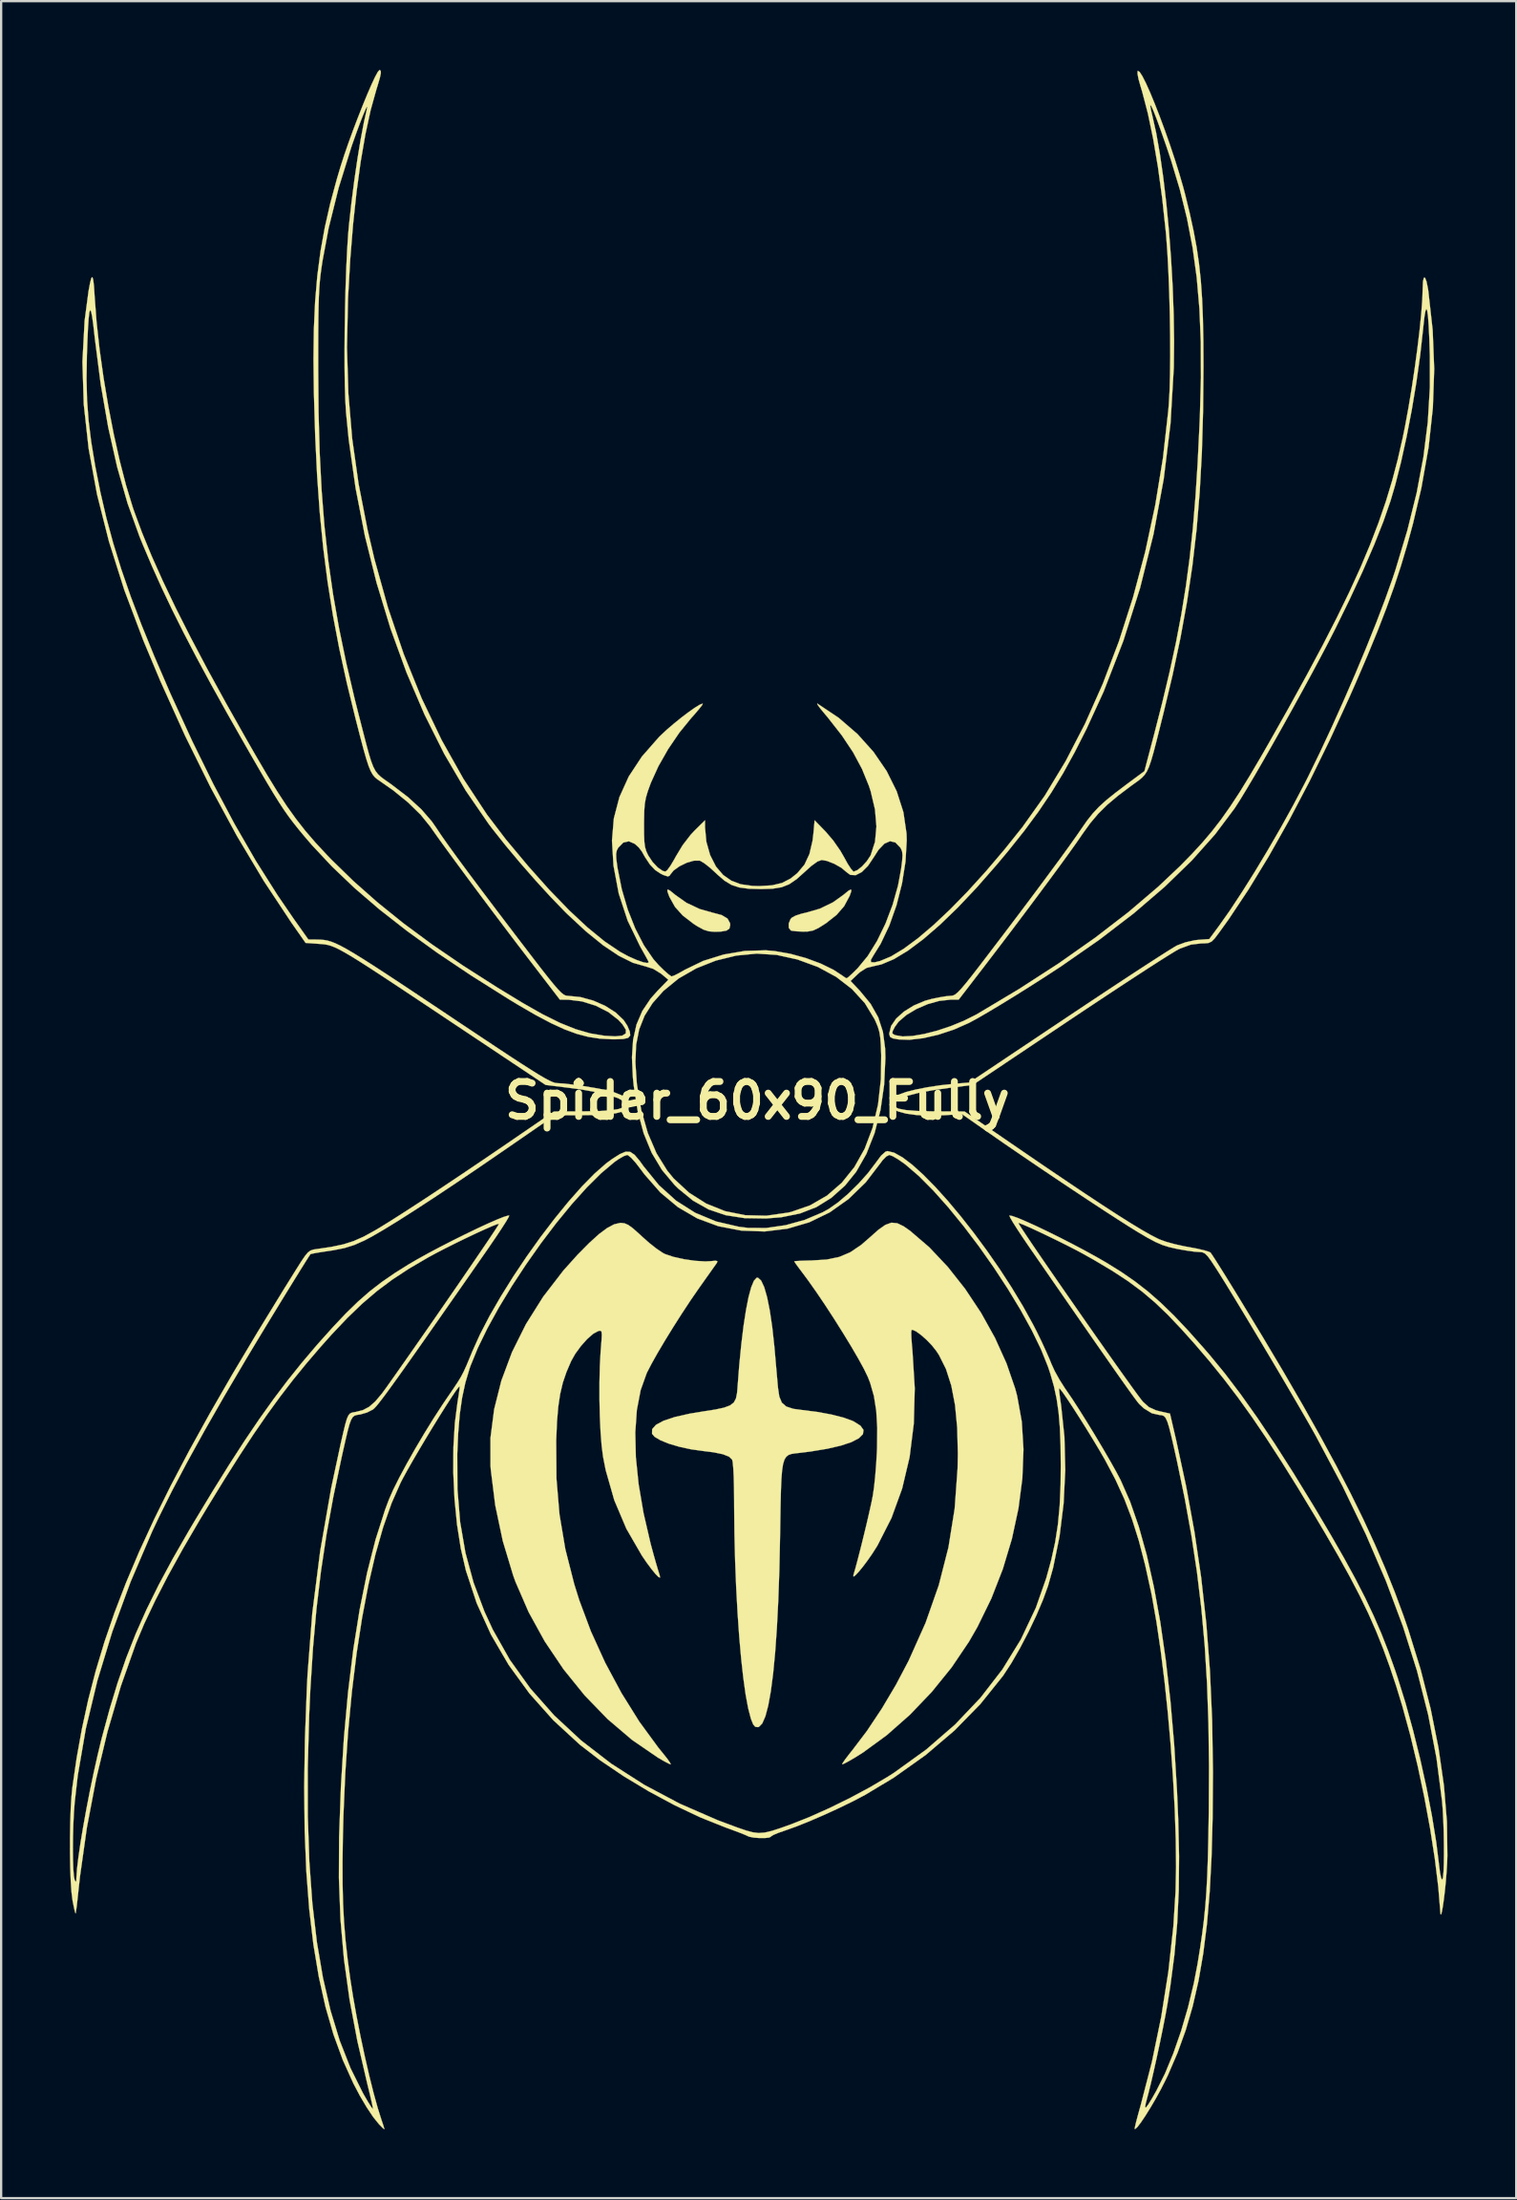
<source format=kicad_pcb>
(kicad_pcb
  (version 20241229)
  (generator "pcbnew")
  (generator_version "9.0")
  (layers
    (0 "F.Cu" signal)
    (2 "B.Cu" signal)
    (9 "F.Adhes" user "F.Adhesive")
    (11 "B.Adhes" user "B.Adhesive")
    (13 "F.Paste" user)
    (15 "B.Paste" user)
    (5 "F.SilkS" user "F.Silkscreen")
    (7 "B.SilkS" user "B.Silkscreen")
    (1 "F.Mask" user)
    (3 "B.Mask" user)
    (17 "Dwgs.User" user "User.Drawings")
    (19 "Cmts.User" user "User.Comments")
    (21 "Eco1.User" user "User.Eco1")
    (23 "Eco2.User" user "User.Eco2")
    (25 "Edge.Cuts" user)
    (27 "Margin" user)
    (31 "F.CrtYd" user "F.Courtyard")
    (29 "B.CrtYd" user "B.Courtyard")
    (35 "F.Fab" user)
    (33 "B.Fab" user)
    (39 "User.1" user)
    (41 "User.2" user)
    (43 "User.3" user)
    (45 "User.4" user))
  (footprint "Spider_60x90_Fully"
    (layer "F.Cu")
    (at 30.01 44.963)
    (property "Reference" "Spider_60x90_Fully" (at 0 0 0) (layer "F.SilkS") (effects (font (size 1.524 1.524) (thickness 0.3))))
    (attr through_hole)
    (fp_poly (pts (xy -3.82 -9.167) (xy -3.612 -8.998) (xy -3.585 -8.975) (xy -3.096 -8.63) (xy -2.517 -8.358) (xy -1.964 -8.202) (xy -1.556 -8.093) (xy -1.303 -7.941) (xy -1.192 -7.738) (xy -1.185 -7.658) (xy -1.221 -7.507) (xy -1.346 -7.417) (xy -1.59 -7.374) (xy -1.86 -7.366) (xy -2.115 -7.385) (xy -2.346 -7.456) (xy -2.615 -7.602) (xy -2.786 -7.713) (xy -3.256 -8.073) (xy -3.594 -8.448) (xy -3.835 -8.879) (xy -3.851 -8.916) (xy -3.928 -9.128) (xy -3.922 -9.211) (xy -3.82 -9.167)) (stroke (width 0.01) (type solid)) (fill yes) (layer "F.SilkS"))
    (fp_poly (pts (xy 4.101 -9.142) (xy 4.032 -8.943) (xy 4.02 -8.916) (xy 3.785 -8.479) (xy 3.456 -8.101) (xy 2.998 -7.741) (xy 2.956 -7.713) (xy 2.656 -7.525) (xy 2.426 -7.42) (xy 2.205 -7.378) (xy 2.001 -7.373) (xy 1.73 -7.384) (xy 1.523 -7.407) (xy 1.46 -7.422) (xy 1.37 -7.536) (xy 1.367 -7.723) (xy 1.445 -7.914) (xy 1.503 -7.98) (xy 1.666 -8.069) (xy 1.93 -8.155) (xy 2.133 -8.202) (xy 2.725 -8.372) (xy 3.299 -8.65) (xy 3.755 -8.975) (xy 3.973 -9.155) (xy 4.085 -9.212) (xy 4.101 -9.142)) (stroke (width 0.01) (type solid)) (fill yes) (layer "F.SilkS"))
    (fp_poly (pts (xy 0.165 7.852) (xy 0.299 8.139) (xy 0.425 8.579) (xy 0.542 9.161) (xy 0.648 9.878) (xy 0.74 10.72) (xy 0.762 10.964) (xy 0.802 11.427) (xy 0.843 11.888) (xy 0.878 12.289) (xy 0.899 12.521) (xy 0.957 12.911) (xy 1.068 13.177) (xy 1.262 13.345) (xy 1.569 13.445) (xy 1.952 13.497) (xy 2.609 13.579) (xy 3.222 13.692) (xy 3.753 13.826) (xy 4.16 13.973) (xy 4.199 13.992) (xy 4.497 14.179) (xy 4.632 14.366) (xy 4.608 14.549) (xy 4.432 14.727) (xy 4.109 14.895) (xy 3.644 15.05) (xy 3.042 15.189) (xy 2.311 15.309) (xy 1.843 15.367) (xy 1.649 15.388) (xy 1.489 15.413) (xy 1.36 15.458) (xy 1.258 15.538) (xy 1.179 15.668) (xy 1.12 15.864) (xy 1.078 16.141) (xy 1.048 16.515) (xy 1.028 17.001) (xy 1.013 17.614) (xy 1 18.369) (xy 0.99 19.024) (xy 0.959 20.481) (xy 0.912 21.81) (xy 0.851 23.007) (xy 0.776 24.068) (xy 0.688 24.988) (xy 0.587 25.763) (xy 0.474 26.388) (xy 0.349 26.859) (xy 0.213 27.171) (xy 0.066 27.32) (xy 0.026 27.331) (xy -0.092 27.318) (xy -0.183 27.213) (xy -0.276 26.981) (xy -0.286 26.95) (xy -0.402 26.505) (xy -0.513 25.908) (xy -0.615 25.176) (xy -0.709 24.327) (xy -0.793 23.376) (xy -0.865 22.342) (xy -0.925 21.242) (xy -0.971 20.092) (xy -1.001 18.91) (xy -1.014 17.713) (xy -1.015 17.457) (xy -1.02 16.902) (xy -1.032 16.419) (xy -1.052 16.033) (xy -1.077 15.77) (xy -1.102 15.661) (xy -1.239 15.531) (xy -1.504 15.426) (xy -1.912 15.342) (xy -2.371 15.285) (xy -2.898 15.211) (xy -3.403 15.102) (xy -3.856 14.968) (xy -4.227 14.819) (xy -4.486 14.666) (xy -4.598 14.534) (xy -4.593 14.331) (xy -4.424 14.141) (xy -4.093 13.964) (xy -3.604 13.802) (xy -2.961 13.657) (xy -2.364 13.558) (xy -1.838 13.476) (xy -1.457 13.394) (xy -1.195 13.297) (xy -1.029 13.169) (xy -0.935 12.992) (xy -0.887 12.751) (xy -0.87 12.557) (xy -0.792 11.548) (xy -0.702 10.635) (xy -0.604 9.829) (xy -0.497 9.139) (xy -0.386 8.574) (xy -0.27 8.144) (xy -0.152 7.859) (xy -0.034 7.729) (xy 0.026 7.725) (xy 0.165 7.852)) (stroke (width 0.01) (type solid)) (fill yes) (layer "F.SilkS"))
    (fp_poly (pts (xy 6.105 5.349) (xy 6.381 5.481) (xy 6.671 5.684) (xy 7.504 6.398) (xy 8.31 7.252) (xy 9.07 8.215) (xy 9.763 9.257) (xy 10.371 10.35) (xy 10.874 11.462) (xy 11.254 12.564) (xy 11.338 12.879) (xy 11.541 14.004) (xy 11.615 15.213) (xy 11.566 16.482) (xy 11.396 17.789) (xy 11.111 19.113) (xy 10.715 20.43) (xy 10.212 21.72) (xy 9.606 22.959) (xy 9.236 23.603) (xy 8.481 24.722) (xy 7.613 25.793) (xy 6.66 26.789) (xy 5.65 27.68) (xy 4.61 28.439) (xy 4.269 28.653) (xy 4.01 28.804) (xy 3.807 28.913) (xy 3.704 28.956) (xy 3.703 28.956) (xy 3.724 28.896) (xy 3.835 28.734) (xy 4.014 28.5) (xy 4.141 28.342) (xy 4.785 27.493) (xy 5.432 26.522) (xy 6.053 25.476) (xy 6.606 24.426) (xy 7.343 22.778) (xy 7.919 21.138) (xy 8.341 19.486) (xy 8.612 17.797) (xy 8.739 16.049) (xy 8.751 15.409) (xy 8.723 14.275) (xy 8.629 13.287) (xy 8.466 12.435) (xy 8.232 11.707) (xy 7.924 11.093) (xy 7.811 10.921) (xy 7.617 10.677) (xy 7.383 10.435) (xy 7.144 10.224) (xy 6.932 10.069) (xy 6.778 9.998) (xy 6.728 10.008) (xy 6.716 10.107) (xy 6.722 10.336) (xy 6.745 10.659) (xy 6.769 10.921) (xy 6.869 12.549) (xy 6.827 14.094) (xy 6.644 15.553) (xy 6.319 16.925) (xy 5.854 18.206) (xy 5.249 19.394) (xy 5.199 19.477) (xy 5.008 19.776) (xy 4.802 20.071) (xy 4.599 20.34) (xy 4.417 20.56) (xy 4.277 20.709) (xy 4.195 20.764) (xy 4.19 20.702) (xy 4.191 20.701) (xy 4.272 20.425) (xy 4.38 20.023) (xy 4.505 19.536) (xy 4.637 19.004) (xy 4.767 18.467) (xy 4.883 17.965) (xy 4.978 17.538) (xy 5.039 17.23) (xy 5.093 16.86) (xy 5.144 16.377) (xy 5.187 15.837) (xy 5.218 15.294) (xy 5.224 15.153) (xy 5.233 14.275) (xy 5.189 13.53) (xy 5.087 12.886) (xy 4.923 12.313) (xy 4.822 12.055) (xy 4.655 11.71) (xy 4.407 11.257) (xy 4.095 10.722) (xy 3.737 10.135) (xy 3.352 9.524) (xy 2.956 8.916) (xy 2.567 8.341) (xy 2.203 7.826) (xy 1.976 7.521) (xy 1.796 7.281) (xy 1.665 7.101) (xy 1.61 7.015) (xy 1.609 7.013) (xy 1.688 6.999) (xy 1.897 6.987) (xy 2.2 6.977) (xy 2.362 6.974) (xy 3.022 6.933) (xy 3.571 6.82) (xy 4.056 6.614) (xy 4.526 6.298) (xy 4.915 5.96) (xy 5.292 5.626) (xy 5.594 5.416) (xy 5.854 5.325) (xy 6.105 5.349)) (stroke (width 0.01) (type solid)) (fill yes) (layer "F.SilkS"))
    (fp_poly (pts (xy -5.795 5.353) (xy -5.635 5.424) (xy -5.436 5.568) (xy -5.167 5.806) (xy -5.032 5.932) (xy -4.722 6.207) (xy -4.41 6.453) (xy -4.145 6.633) (xy -4.037 6.691) (xy -3.669 6.815) (xy -3.206 6.918) (xy -2.718 6.988) (xy -2.276 7.015) (xy -2.054 7.004) (xy -1.831 6.984) (xy -1.745 7.002) (xy -1.764 7.071) (xy -1.795 7.117) (xy -1.884 7.242) (xy -2.048 7.474) (xy -2.267 7.782) (xy -2.517 8.135) (xy -2.565 8.203) (xy -2.917 8.713) (xy -3.291 9.28) (xy -3.669 9.873) (xy -4.03 10.459) (xy -4.355 11.007) (xy -4.623 11.484) (xy -4.817 11.859) (xy -4.834 11.896) (xy -5.096 12.631) (xy -5.261 13.494) (xy -5.33 14.473) (xy -5.305 15.557) (xy -5.184 16.736) (xy -4.969 17.997) (xy -4.66 19.329) (xy -4.527 19.82) (xy -4.428 20.167) (xy -4.34 20.465) (xy -4.278 20.667) (xy -4.264 20.709) (xy -4.248 20.807) (xy -4.314 20.783) (xy -4.445 20.652) (xy -4.626 20.431) (xy -4.844 20.137) (xy -5.037 19.855) (xy -5.719 18.675) (xy -6.246 17.433) (xy -6.621 16.119) (xy -6.736 15.536) (xy -6.797 15.065) (xy -6.844 14.464) (xy -6.876 13.775) (xy -6.893 13.037) (xy -6.893 12.289) (xy -6.876 11.573) (xy -6.841 10.928) (xy -6.832 10.823) (xy -6.802 10.447) (xy -6.791 10.211) (xy -6.803 10.085) (xy -6.843 10.038) (xy -6.913 10.043) (xy -6.941 10.05) (xy -7.163 10.169) (xy -7.428 10.4) (xy -7.702 10.706) (xy -7.952 11.048) (xy -8.132 11.369) (xy -8.336 11.845) (xy -8.494 12.311) (xy -8.61 12.803) (xy -8.692 13.354) (xy -8.747 14.001) (xy -8.78 14.778) (xy -8.782 14.859) (xy -8.77 16.495) (xy -8.639 18.048) (xy -8.384 19.562) (xy -7.997 21.083) (xy -7.776 21.79) (xy -7.267 23.152) (xy -6.645 24.517) (xy -5.933 25.843) (xy -5.154 27.091) (xy -4.327 28.22) (xy -4.128 28.465) (xy -3.942 28.698) (xy -3.819 28.871) (xy -3.781 28.953) (xy -3.786 28.956) (xy -3.887 28.915) (xy -4.089 28.808) (xy -4.348 28.657) (xy -4.353 28.653) (xy -5.47 27.889) (xy -6.538 26.98) (xy -7.54 25.946) (xy -8.46 24.809) (xy -9.281 23.591) (xy -9.986 22.311) (xy -10.559 20.991) (xy -10.66 20.713) (xy -11.113 19.21) (xy -11.443 17.65) (xy -11.637 16.095) (xy -11.649 15.932) (xy -11.65 14.709) (xy -11.49 13.466) (xy -11.175 12.217) (xy -10.711 10.974) (xy -10.101 9.75) (xy -9.353 8.56) (xy -8.471 7.415) (xy -7.849 6.723) (xy -7.339 6.208) (xy -6.912 5.821) (xy -6.553 5.554) (xy -6.25 5.395) (xy -5.988 5.335) (xy -5.95 5.334) (xy -5.795 5.353)) (stroke (width 0.01) (type solid)) (fill yes) (layer "F.SilkS"))
    (fp_poly (pts (xy -16.443 -44.929) (xy -16.435 -44.825) (xy -16.477 -44.623) (xy -16.572 -44.297) (xy -16.63 -44.111) (xy -16.881 -43.211) (xy -17.11 -42.157) (xy -17.316 -40.965) (xy -17.496 -39.649) (xy -17.649 -38.224) (xy -17.772 -36.706) (xy -17.863 -35.108) (xy -17.87 -34.953) (xy -17.914 -32.86) (xy -17.854 -30.849) (xy -17.687 -28.876) (xy -17.407 -26.9) (xy -17.011 -24.877) (xy -16.714 -23.616) (xy -16.125 -21.505) (xy -15.437 -19.479) (xy -14.655 -17.55) (xy -13.784 -15.732) (xy -12.83 -14.035) (xy -11.8 -12.473) (xy -10.987 -11.405) (xy -10.006 -10.231) (xy -9.082 -9.196) (xy -8.216 -8.302) (xy -7.412 -7.552) (xy -6.673 -6.949) (xy -6 -6.495) (xy -5.633 -6.296) (xy -5.275 -6.137) (xy -4.99 -6.037) (xy -4.803 -6.003) (xy -4.741 -6.039) (xy -4.78 -6.12) (xy -4.885 -6.313) (xy -5.037 -6.584) (xy -5.122 -6.735) (xy -5.664 -7.855) (xy -6.052 -9.035) (xy -6.281 -10.254) (xy -6.312 -10.767) (xy -6.166 -10.767) (xy -6.16 -10.56) (xy -6.119 -10.244) (xy -6.104 -10.142) (xy -5.919 -9.22) (xy -5.658 -8.333) (xy -5.332 -7.509) (xy -4.956 -6.779) (xy -4.54 -6.172) (xy -4.314 -5.916) (xy -4.079 -5.685) (xy -3.882 -5.512) (xy -3.758 -5.424) (xy -3.74 -5.419) (xy -3.627 -5.459) (xy -3.417 -5.565) (xy -3.16 -5.71) (xy -2.361 -6.096) (xy -1.474 -6.372) (xy -0.549 -6.53) (xy 0.365 -6.557) (xy 0.757 -6.524) (xy 1.436 -6.405) (xy 2.121 -6.217) (xy 2.767 -5.978) (xy 3.327 -5.704) (xy 3.683 -5.471) (xy 3.828 -5.37) (xy 3.898 -5.337) (xy 3.975 -5.391) (xy 4.136 -5.538) (xy 4.349 -5.746) (xy 4.381 -5.779) (xy 4.816 -6.306) (xy 5.225 -6.966) (xy 5.593 -7.723) (xy 5.903 -8.541) (xy 6.14 -9.383) (xy 6.272 -10.093) (xy 6.319 -10.46) (xy 6.335 -10.703) (xy 6.318 -10.866) (xy 6.267 -10.991) (xy 6.238 -11.039) (xy 6.025 -11.261) (xy 5.793 -11.318) (xy 5.546 -11.211) (xy 5.288 -10.941) (xy 5.095 -10.64) (xy 4.828 -10.241) (xy 4.556 -9.97) (xy 4.293 -9.835) (xy 4.057 -9.846) (xy 3.899 -9.961) (xy 3.669 -10.155) (xy 3.356 -10.332) (xy 3.033 -10.458) (xy 2.808 -10.497) (xy 2.623 -10.431) (xy 2.352 -10.235) (xy 2.084 -9.993) (xy 1.714 -9.662) (xy 1.39 -9.44) (xy 1.059 -9.309) (xy 0.668 -9.245) (xy 0.162 -9.229) (xy 0.161 -9.229) (xy -0.376 -9.243) (xy -0.791 -9.299) (xy -1.128 -9.41) (xy -1.432 -9.593) (xy -1.749 -9.865) (xy -1.814 -9.928) (xy -2.073 -10.164) (xy -2.312 -10.352) (xy -2.488 -10.458) (xy -2.517 -10.469) (xy -2.772 -10.467) (xy -3.084 -10.377) (xy -3.398 -10.224) (xy -3.66 -10.037) (xy -3.816 -9.841) (xy -3.826 -9.815) (xy -3.906 -9.778) (xy -4.099 -9.841) (xy -4.216 -9.897) (xy -4.462 -10.059) (xy -4.684 -10.292) (xy -4.911 -10.633) (xy -5.047 -10.875) (xy -5.179 -11.046) (xy -5.352 -11.202) (xy -5.61 -11.313) (xy -5.853 -11.257) (xy -6.068 -11.038) (xy -6.07 -11.037) (xy -6.137 -10.911) (xy -6.166 -10.767) (xy -6.312 -10.767) (xy -6.347 -11.345) (xy -6.266 -12.31) (xy -6.022 -13.241) (xy -5.614 -14.141) (xy -5.04 -15.011) (xy -4.3 -15.854) (xy -4.234 -15.92) (xy -3.964 -16.172) (xy -3.651 -16.441) (xy -3.322 -16.707) (xy -3.004 -16.947) (xy -2.726 -17.143) (xy -2.513 -17.273) (xy -2.394 -17.317) (xy -2.383 -17.312) (xy -2.422 -17.24) (xy -2.553 -17.074) (xy -2.752 -16.84) (xy -2.885 -16.692) (xy -3.405 -16.054) (xy -3.897 -15.331) (xy -4.323 -14.582) (xy -4.649 -13.865) (xy -4.665 -13.822) (xy -4.787 -13.486) (xy -4.867 -13.212) (xy -4.915 -12.946) (xy -4.939 -12.635) (xy -4.947 -12.226) (xy -4.948 -12.065) (xy -4.947 -11.615) (xy -4.934 -11.295) (xy -4.904 -11.064) (xy -4.852 -10.883) (xy -4.772 -10.712) (xy -4.765 -10.697) (xy -4.575 -10.411) (xy -4.352 -10.173) (xy -4.136 -10.023) (xy -4.015 -9.991) (xy -3.928 -10.061) (xy -3.792 -10.249) (xy -3.63 -10.521) (xy -3.56 -10.65) (xy -3.261 -11.145) (xy -2.91 -11.6) (xy -2.752 -11.769) (xy -2.286 -12.229) (xy -2.286 -11.918) (xy -2.228 -11.296) (xy -2.063 -10.713) (xy -1.808 -10.211) (xy -1.494 -9.843) (xy -1.137 -9.594) (xy -0.728 -9.439) (xy -0.224 -9.368) (xy 0.085 -9.359) (xy 0.636 -9.391) (xy 1.076 -9.495) (xy 1.452 -9.689) (xy 1.745 -9.924) (xy 2.055 -10.294) (xy 2.273 -10.759) (xy 2.409 -11.343) (xy 2.449 -11.681) (xy 2.498 -12.229) (xy 2.983 -11.731) (xy 3.31 -11.348) (xy 3.621 -10.902) (xy 3.788 -10.612) (xy 3.946 -10.326) (xy 4.087 -10.109) (xy 4.187 -9.998) (xy 4.206 -9.991) (xy 4.368 -10.056) (xy 4.573 -10.221) (xy 4.776 -10.445) (xy 4.933 -10.682) (xy 4.948 -10.711) (xy 5.135 -11.291) (xy 5.197 -11.963) (xy 5.133 -12.705) (xy 4.946 -13.496) (xy 4.869 -13.73) (xy 4.568 -14.467) (xy 4.18 -15.192) (xy 3.685 -15.934) (xy 3.065 -16.724) (xy 2.928 -16.887) (xy 2.744 -17.11) (xy 2.633 -17.263) (xy 2.61 -17.322) (xy 2.625 -17.316) (xy 3.55 -16.699) (xy 4.368 -15.993) (xy 5.069 -15.213) (xy 5.644 -14.374) (xy 6.082 -13.492) (xy 6.374 -12.581) (xy 6.51 -11.656) (xy 6.519 -11.353) (xy 6.465 -10.425) (xy 6.313 -9.47) (xy 6.073 -8.526) (xy 5.758 -7.635) (xy 5.379 -6.838) (xy 5.06 -6.324) (xy 4.95 -6.133) (xy 4.966 -6.038) (xy 5.117 -6.032) (xy 5.355 -6.09) (xy 5.834 -6.29) (xy 6.391 -6.626) (xy 7.015 -7.087) (xy 7.695 -7.665) (xy 8.423 -8.351) (xy 9.187 -9.133) (xy 9.978 -10.004) (xy 10.786 -10.953) (xy 11.574 -11.938) (xy 12.545 -13.302) (xy 13.457 -14.81) (xy 14.304 -16.446) (xy 15.081 -18.193) (xy 15.781 -20.035) (xy 16.398 -21.957) (xy 16.929 -23.94) (xy 17.365 -25.969) (xy 17.703 -28.028) (xy 17.936 -30.1) (xy 17.957 -30.353) (xy 17.991 -30.938) (xy 18.011 -31.658) (xy 18.02 -32.481) (xy 18.017 -33.373) (xy 18.003 -34.301) (xy 17.978 -35.231) (xy 17.943 -36.13) (xy 17.899 -36.965) (xy 17.846 -37.703) (xy 17.825 -37.931) (xy 17.669 -39.377) (xy 17.485 -40.726) (xy 17.276 -41.959) (xy 17.046 -43.062) (xy 16.796 -44.017) (xy 16.722 -44.26) (xy 16.636 -44.567) (xy 16.593 -44.799) (xy 16.6 -44.917) (xy 16.605 -44.922) (xy 16.683 -44.878) (xy 16.804 -44.692) (xy 16.961 -44.384) (xy 17.145 -43.973) (xy 17.349 -43.478) (xy 17.566 -42.921) (xy 17.789 -42.32) (xy 18.009 -41.695) (xy 18.219 -41.066) (xy 18.412 -40.452) (xy 18.58 -39.873) (xy 18.672 -39.529) (xy 18.873 -38.703) (xy 19.039 -37.944) (xy 19.173 -37.224) (xy 19.277 -36.512) (xy 19.356 -35.778) (xy 19.411 -34.994) (xy 19.447 -34.129) (xy 19.466 -33.154) (xy 19.472 -32.046) (xy 19.455 -30.09) (xy 19.402 -28.27) (xy 19.308 -26.558) (xy 19.172 -24.922) (xy 18.988 -23.335) (xy 18.754 -21.766) (xy 18.467 -20.186) (xy 18.123 -18.565) (xy 17.733 -16.933) (xy 17.552 -16.208) (xy 17.406 -15.628) (xy 17.286 -15.172) (xy 17.184 -14.821) (xy 17.092 -14.556) (xy 17 -14.358) (xy 16.899 -14.206) (xy 16.783 -14.083) (xy 16.641 -13.967) (xy 16.465 -13.84) (xy 16.317 -13.734) (xy 15.737 -13.297) (xy 15.27 -12.904) (xy 14.88 -12.518) (xy 14.53 -12.104) (xy 14.184 -11.624) (xy 14.143 -11.563) (xy 13.911 -11.227) (xy 13.588 -10.775) (xy 13.187 -10.224) (xy 12.722 -9.592) (xy 12.205 -8.897) (xy 11.65 -8.156) (xy 11.07 -7.386) (xy 10.477 -6.606) (xy 9.886 -5.832) (xy 9.714 -5.609) (xy 8.785 -4.403) (xy 8.423 -4.403) (xy 7.942 -4.351) (xy 7.435 -4.209) (xy 6.943 -3.997) (xy 6.506 -3.736) (xy 6.166 -3.444) (xy 5.999 -3.217) (xy 5.903 -3.027) (xy 5.892 -2.931) (xy 5.971 -2.876) (xy 6.033 -2.851) (xy 6.343 -2.799) (xy 6.77 -2.82) (xy 7.281 -2.907) (xy 7.847 -3.052) (xy 8.434 -3.247) (xy 9.012 -3.483) (xy 9.55 -3.752) (xy 9.61 -3.786) (xy 11.441 -4.88) (xy 13.157 -5.99) (xy 14.746 -7.108) (xy 16.198 -8.225) (xy 17.501 -9.335) (xy 18.462 -10.243) (xy 18.966 -10.758) (xy 19.419 -11.25) (xy 19.838 -11.743) (xy 20.239 -12.261) (xy 20.638 -12.825) (xy 21.054 -13.458) (xy 21.5 -14.184) (xy 21.996 -15.025) (xy 22.323 -15.594) (xy 23.195 -17.137) (xy 23.976 -18.555) (xy 24.674 -19.861) (xy 25.294 -21.069) (xy 25.842 -22.194) (xy 26.324 -23.25) (xy 26.745 -24.25) (xy 27.113 -25.208) (xy 27.434 -26.139) (xy 27.712 -27.057) (xy 27.954 -27.974) (xy 28.167 -28.906) (xy 28.272 -29.422) (xy 28.42 -30.228) (xy 28.562 -31.079) (xy 28.692 -31.944) (xy 28.807 -32.792) (xy 28.904 -33.594) (xy 28.977 -34.32) (xy 29.024 -34.939) (xy 29.04 -35.407) (xy 29.054 -35.734) (xy 29.091 -35.896) (xy 29.145 -35.896) (xy 29.207 -35.736) (xy 29.272 -35.418) (xy 29.286 -35.326) (xy 29.477 -33.609) (xy 29.544 -31.916) (xy 29.485 -30.222) (xy 29.298 -28.499) (xy 28.982 -26.72) (xy 28.616 -25.166) (xy 28.362 -24.232) (xy 28.09 -23.323) (xy 27.79 -22.412) (xy 27.452 -21.473) (xy 27.067 -20.478) (xy 26.624 -19.402) (xy 26.114 -18.216) (xy 25.847 -17.611) (xy 24.98 -15.723) (xy 24.098 -13.924) (xy 23.208 -12.229) (xy 22.318 -10.652) (xy 21.436 -9.207) (xy 20.57 -7.907) (xy 20.152 -7.326) (xy 19.965 -7.079) (xy 19.826 -6.939) (xy 19.686 -6.876) (xy 19.493 -6.859) (xy 19.365 -6.858) (xy 18.922 -6.805) (xy 18.449 -6.633) (xy 18.415 -6.617) (xy 18.253 -6.527) (xy 17.965 -6.351) (xy 17.565 -6.099) (xy 17.066 -5.779) (xy 16.484 -5.401) (xy 15.831 -4.974) (xy 15.123 -4.507) (xy 14.372 -4.009) (xy 13.654 -3.53) (xy 9.4 -0.683) (xy 8.362 -0.554) (xy 7.641 -0.451) (xy 7.03 -0.335) (xy 6.54 -0.21) (xy 6.186 -0.079) (xy 5.978 0.054) (xy 5.927 0.158) (xy 5.985 0.268) (xy 6.168 0.352) (xy 6.485 0.412) (xy 6.948 0.449) (xy 7.566 0.467) (xy 7.72 0.468) (xy 9.047 0.476) (xy 11.276 2.003) (xy 12.415 2.782) (xy 13.424 3.465) (xy 14.31 4.06) (xy 15.082 4.57) (xy 15.746 5) (xy 16.31 5.355) (xy 16.781 5.64) (xy 17.166 5.859) (xy 17.474 6.017) (xy 17.558 6.056) (xy 17.837 6.157) (xy 18.22 6.263) (xy 18.643 6.356) (xy 18.838 6.391) (xy 19.205 6.46) (xy 19.513 6.532) (xy 19.72 6.597) (xy 19.781 6.631) (xy 19.849 6.728) (xy 19.993 6.949) (xy 20.199 7.274) (xy 20.455 7.683) (xy 20.746 8.154) (xy 21.016 8.594) (xy 22.042 10.283) (xy 22.973 11.848) (xy 23.817 13.302) (xy 24.58 14.659) (xy 25.269 15.929) (xy 25.89 17.127) (xy 26.449 18.264) (xy 26.953 19.355) (xy 27.409 20.41) (xy 27.823 21.444) (xy 28.202 22.468) (xy 28.411 23.072) (xy 28.948 24.805) (xy 29.389 26.533) (xy 29.73 28.233) (xy 29.968 29.882) (xy 30.099 31.458) (xy 30.119 32.937) (xy 30.107 33.274) (xy 30.083 33.663) (xy 30.05 34.069) (xy 30.01 34.468) (xy 29.966 34.835) (xy 29.921 35.146) (xy 29.881 35.376) (xy 29.846 35.502) (xy 29.822 35.498) (xy 29.813 35.421) (xy 29.722 34.306) (xy 29.571 33.073) (xy 29.366 31.758) (xy 29.115 30.399) (xy 28.825 29.033) (xy 28.503 27.696) (xy 28.156 26.425) (xy 27.891 25.558) (xy 27.606 24.705) (xy 27.315 23.906) (xy 27.007 23.139) (xy 26.67 22.376) (xy 26.291 21.593) (xy 25.858 20.764) (xy 25.36 19.866) (xy 24.784 18.871) (xy 24.336 18.117) (xy 23.574 16.859) (xy 22.87 15.733) (xy 22.212 14.719) (xy 21.585 13.796) (xy 20.973 12.944) (xy 20.363 12.144) (xy 19.741 11.375) (xy 19.091 10.616) (xy 18.503 9.96) (xy 17.919 9.345) (xy 17.36 8.81) (xy 16.791 8.328) (xy 16.18 7.875) (xy 15.493 7.425) (xy 14.698 6.952) (xy 14.266 6.709) (xy 13.946 6.536) (xy 13.558 6.337) (xy 13.131 6.124) (xy 12.695 5.912) (xy 12.279 5.714) (xy 11.911 5.544) (xy 11.621 5.417) (xy 11.436 5.345) (xy 11.391 5.334) (xy 11.425 5.401) (xy 11.545 5.59) (xy 11.743 5.888) (xy 12.007 6.28) (xy 12.327 6.749) (xy 12.693 7.281) (xy 13.094 7.862) (xy 13.52 8.476) (xy 13.96 9.108) (xy 14.403 9.744) (xy 14.84 10.368) (xy 15.261 10.965) (xy 15.653 11.52) (xy 16.008 12.018) (xy 16.314 12.445) (xy 16.561 12.785) (xy 16.739 13.023) (xy 16.832 13.14) (xy 17.093 13.372) (xy 17.402 13.511) (xy 17.562 13.553) (xy 18.01 13.653) (xy 18.278 14.806) (xy 18.715 16.823) (xy 19.078 18.81) (xy 19.371 20.797) (xy 19.595 22.809) (xy 19.754 24.876) (xy 19.85 27.024) (xy 19.886 29.282) (xy 19.871 31.284) (xy 19.825 32.972) (xy 19.744 34.51) (xy 19.624 35.915) (xy 19.462 37.204) (xy 19.256 38.394) (xy 19.003 39.501) (xy 18.699 40.542) (xy 18.342 41.533) (xy 17.929 42.493) (xy 17.823 42.714) (xy 17.62 43.115) (xy 17.395 43.526) (xy 17.163 43.922) (xy 16.941 44.279) (xy 16.744 44.572) (xy 16.589 44.775) (xy 16.49 44.863) (xy 16.47 44.86) (xy 16.481 44.773) (xy 16.532 44.555) (xy 16.616 44.238) (xy 16.723 43.855) (xy 16.734 43.815) (xy 17.22 41.942) (xy 17.625 39.985) (xy 17.94 37.998) (xy 18.157 36.036) (xy 18.254 34.502) (xy 18.276 33.427) (xy 18.263 32.22) (xy 18.218 30.913) (xy 18.143 29.537) (xy 18.042 28.124) (xy 17.917 26.708) (xy 17.771 25.321) (xy 17.605 23.994) (xy 17.423 22.76) (xy 17.228 21.652) (xy 17.186 21.439) (xy 16.926 20.255) (xy 16.653 19.206) (xy 16.354 18.257) (xy 16.016 17.374) (xy 15.626 16.523) (xy 15.173 15.669) (xy 14.938 15.263) (xy 14.643 14.771) (xy 14.342 14.282) (xy 14.049 13.816) (xy 13.777 13.393) (xy 13.54 13.034) (xy 13.351 12.759) (xy 13.223 12.59) (xy 13.17 12.545) (xy 13.172 12.635) (xy 13.195 12.853) (xy 13.236 13.158) (xy 13.257 13.293) (xy 13.403 14.674) (xy 13.439 16.118) (xy 13.366 17.579) (xy 13.188 19.015) (xy 12.908 20.382) (xy 12.687 21.167) (xy 12.47 21.767) (xy 12.178 22.453) (xy 11.833 23.176) (xy 11.461 23.887) (xy 11.087 24.536) (xy 10.734 25.075) (xy 10.715 25.102) (xy 9.734 26.323) (xy 8.606 27.475) (xy 7.343 28.549) (xy 5.955 29.534) (xy 4.696 30.29) (xy 4.173 30.565) (xy 3.566 30.86) (xy 2.923 31.155) (xy 2.287 31.43) (xy 1.706 31.663) (xy 1.225 31.835) (xy 1.206 31.841) (xy 0.914 31.943) (xy 0.697 32.034) (xy 0.596 32.098) (xy 0.593 32.105) (xy 0.518 32.148) (xy 0.331 32.169) (xy 0.086 32.169) (xy -0.16 32.15) (xy -0.352 32.112) (xy -0.403 32.091) (xy -0.542 32.028) (xy -0.799 31.926) (xy -1.135 31.8) (xy -1.397 31.705) (xy -2.474 31.275) (xy -3.603 30.742) (xy -4.741 30.131) (xy -5.842 29.468) (xy -6.864 28.778) (xy -7.747 28.098) (xy -8.909 27.029) (xy -9.948 25.864) (xy -10.857 24.615) (xy -11.628 23.295) (xy -12.253 21.919) (xy -12.723 20.5) (xy -12.945 19.543) (xy -13.11 18.495) (xy -13.22 17.377) (xy -13.273 16.235) (xy -13.27 15.415) (xy -13.1 15.415) (xy -13.093 16.952) (xy -12.975 18.382) (xy -12.742 19.732) (xy -12.389 21.027) (xy -11.911 22.295) (xy -11.552 23.072) (xy -10.807 24.392) (xy -9.911 25.642) (xy -8.872 26.817) (xy -7.693 27.912) (xy -6.383 28.922) (xy -4.946 29.843) (xy -3.388 30.67) (xy -1.715 31.398) (xy -0.847 31.72) (xy -0.487 31.842) (xy -0.198 31.919) (xy 0.057 31.95) (xy 0.319 31.93) (xy 0.626 31.859) (xy 1.017 31.732) (xy 1.482 31.566) (xy 2.281 31.249) (xy 3.156 30.857) (xy 4.053 30.416) (xy 4.916 29.953) (xy 5.691 29.496) (xy 5.969 29.318) (xy 7.372 28.307) (xy 8.629 27.218) (xy 9.737 26.053) (xy 10.695 24.814) (xy 11.502 23.504) (xy 12.156 22.124) (xy 12.61 20.831) (xy 12.831 20.025) (xy 12.999 19.259) (xy 13.118 18.49) (xy 13.195 17.675) (xy 13.235 16.771) (xy 13.244 15.917) (xy 13.234 15.02) (xy 13.203 14.258) (xy 13.148 13.6) (xy 13.063 13.012) (xy 12.945 12.462) (xy 12.789 11.918) (xy 12.683 11.6) (xy 12.38 10.846) (xy 11.975 10.013) (xy 11.485 9.124) (xy 10.927 8.203) (xy 10.316 7.272) (xy 9.67 6.356) (xy 9.004 5.477) (xy 8.335 4.658) (xy 7.68 3.923) (xy 7.055 3.295) (xy 6.476 2.797) (xy 6.404 2.742) (xy 6.14 2.559) (xy 5.912 2.426) (xy 5.766 2.371) (xy 5.759 2.371) (xy 5.626 2.437) (xy 5.463 2.603) (xy 5.396 2.695) (xy 4.73 3.565) (xy 3.98 4.293) (xy 3.156 4.876) (xy 2.264 5.308) (xy 1.314 5.587) (xy 0.315 5.708) (xy -0.705 5.67) (xy -1.703 5.478) (xy -2.622 5.139) (xy -3.465 4.649) (xy -4.234 4.008) (xy -4.932 3.213) (xy -5.08 3.013) (xy -5.309 2.715) (xy -5.507 2.495) (xy -5.65 2.381) (xy -5.684 2.371) (xy -5.827 2.419) (xy -6.047 2.545) (xy -6.238 2.677) (xy -6.818 3.165) (xy -7.444 3.786) (xy -8.102 4.518) (xy -8.775 5.337) (xy -9.446 6.221) (xy -10.098 7.146) (xy -10.717 8.088) (xy -11.285 9.025) (xy -11.786 9.934) (xy -12.204 10.791) (xy -12.523 11.572) (xy -12.562 11.684) (xy -12.747 12.305) (xy -12.889 12.963) (xy -12.993 13.692) (xy -13.062 14.524) (xy -13.1 15.415) (xy -13.27 15.415) (xy -13.268 15.115) (xy -13.205 14.062) (xy -13.09 13.166) (xy -13.039 12.849) (xy -13.005 12.605) (xy -12.994 12.475) (xy -12.996 12.464) (xy -13.053 12.514) (xy -13.183 12.69) (xy -13.371 12.97) (xy -13.606 13.334) (xy -13.875 13.761) (xy -14.164 14.23) (xy -14.461 14.719) (xy -14.753 15.209) (xy -15.027 15.677) (xy -15.27 16.104) (xy -15.47 16.468) (xy -15.572 16.665) (xy -15.967 17.558) (xy -16.335 18.606) (xy -16.674 19.799) (xy -16.981 21.124) (xy -17.256 22.569) (xy -17.496 24.123) (xy -17.699 25.775) (xy -17.864 27.512) (xy -17.988 29.322) (xy -18.07 31.195) (xy -18.094 32.136) (xy -18.109 33.222) (xy -18.106 34.177) (xy -18.085 35.041) (xy -18.042 35.85) (xy -17.977 36.643) (xy -17.886 37.459) (xy -17.771 38.312) (xy -17.647 39.098) (xy -17.496 39.944) (xy -17.324 40.819) (xy -17.138 41.689) (xy -16.946 42.522) (xy -16.755 43.287) (xy -16.571 43.951) (xy -16.403 44.481) (xy -16.391 44.514) (xy -16.32 44.728) (xy -16.285 44.856) (xy -16.286 44.873) (xy -16.353 44.818) (xy -16.489 44.681) (xy -16.527 44.641) (xy -16.772 44.337) (xy -17.055 43.913) (xy -17.354 43.406) (xy -17.63 42.884) (xy -18.096 41.854) (xy -18.503 40.739) (xy -18.852 39.532) (xy -19.144 38.225) (xy -19.38 36.812) (xy -19.561 35.283) (xy -19.688 33.633) (xy -19.761 31.853) (xy -19.781 29.935) (xy -19.75 27.873) (xy -19.667 25.659) (xy -19.635 25.019) (xy -19.429 22.363) (xy -19.083 19.645) (xy -18.602 16.893) (xy -18.193 14.986) (xy -18.078 14.487) (xy -17.991 14.128) (xy -17.92 13.885) (xy -17.854 13.734) (xy -17.782 13.65) (xy -17.692 13.609) (xy -17.573 13.587) (xy -17.529 13.58) (xy -17.221 13.502) (xy -16.95 13.36) (xy -16.685 13.13) (xy -16.395 12.787) (xy -16.196 12.516) (xy -15.817 11.98) (xy -15.402 11.39) (xy -14.961 10.76) (xy -14.504 10.104) (xy -14.042 9.439) (xy -13.584 8.777) (xy -13.14 8.134) (xy -12.721 7.524) (xy -12.336 6.962) (xy -11.995 6.462) (xy -11.709 6.04) (xy -11.488 5.709) (xy -11.341 5.483) (xy -11.279 5.379) (xy -11.278 5.374) (xy -11.366 5.392) (xy -11.58 5.476) (xy -11.891 5.612) (xy -12.275 5.787) (xy -12.704 5.991) (xy -13.153 6.209) (xy -13.595 6.43) (xy -14.004 6.641) (xy -14.355 6.83) (xy -14.393 6.852) (xy -15.208 7.33) (xy -15.935 7.807) (xy -16.606 8.308) (xy -17.252 8.859) (xy -17.904 9.486) (xy -18.594 10.214) (xy -19.075 10.753) (xy -19.684 11.464) (xy -20.268 12.18) (xy -20.838 12.921) (xy -21.409 13.707) (xy -21.995 14.556) (xy -22.608 15.489) (xy -23.264 16.524) (xy -23.974 17.682) (xy -24.351 18.307) (xy -25.078 19.552) (xy -25.729 20.73) (xy -26.293 21.824) (xy -26.765 22.82) (xy -27.125 23.676) (xy -27.785 25.542) (xy -28.368 27.527) (xy -28.865 29.596) (xy -29.268 31.714) (xy -29.569 33.847) (xy -29.636 34.459) (xy -29.677 34.845) (xy -29.714 35.163) (xy -29.744 35.38) (xy -29.76 35.46) (xy -29.786 35.397) (xy -29.831 35.205) (xy -29.887 34.924) (xy -29.897 34.867) (xy -29.94 34.522) (xy -29.972 34.043) (xy -29.994 33.466) (xy -30.005 32.827) (xy -30.005 32.629) (xy -29.879 32.629) (xy -29.874 33.112) (xy -29.86 33.522) (xy -29.836 33.827) (xy -29.803 33.994) (xy -29.753 34.084) (xy -29.73 34.032) (xy -29.724 33.892) (xy -29.698 33.513) (xy -29.636 32.997) (xy -29.545 32.372) (xy -29.427 31.666) (xy -29.29 30.907) (xy -29.138 30.122) (xy -28.975 29.34) (xy -28.807 28.589) (xy -28.64 27.895) (xy -28.616 27.802) (xy -28.277 26.551) (xy -27.926 25.397) (xy -27.549 24.307) (xy -27.133 23.253) (xy -26.665 22.202) (xy -26.132 21.124) (xy -25.521 19.989) (xy -24.817 18.765) (xy -24.559 18.33) (xy -23.779 17.041) (xy -23.059 15.885) (xy -22.386 14.844) (xy -21.746 13.899) (xy -21.127 13.032) (xy -20.516 12.223) (xy -19.899 11.453) (xy -19.264 10.704) (xy -19.158 10.583) (xy -18.52 9.872) (xy -17.954 9.274) (xy -17.43 8.765) (xy -16.922 8.321) (xy -16.401 7.918) (xy -15.841 7.532) (xy -15.235 7.151) (xy -14.833 6.917) (xy -14.363 6.657) (xy -13.848 6.384) (xy -13.311 6.109) (xy -12.774 5.842) (xy -12.26 5.594) (xy -11.791 5.376) (xy -11.391 5.2) (xy -11.081 5.076) (xy -10.885 5.016) (xy -10.832 5.014) (xy -10.86 5.087) (xy -10.972 5.278) (xy -11.157 5.567) (xy -11.401 5.934) (xy -11.69 6.358) (xy -11.831 6.562) (xy -12.626 7.702) (xy -13.33 8.71) (xy -13.949 9.596) (xy -14.488 10.366) (xy -14.954 11.028) (xy -15.352 11.591) (xy -15.688 12.063) (xy -15.967 12.45) (xy -16.195 12.763) (xy -16.378 13.007) (xy -16.521 13.192) (xy -16.63 13.325) (xy -16.712 13.413) (xy -16.77 13.466) (xy -16.778 13.472) (xy -17.036 13.604) (xy -17.331 13.689) (xy -17.358 13.693) (xy -17.482 13.711) (xy -17.58 13.741) (xy -17.661 13.804) (xy -17.732 13.92) (xy -17.803 14.11) (xy -17.881 14.395) (xy -17.976 14.794) (xy -18.097 15.329) (xy -18.159 15.61) (xy -18.512 17.293) (xy -18.808 18.922) (xy -19.051 20.535) (xy -19.246 22.172) (xy -19.398 23.873) (xy -19.513 25.677) (xy -19.566 26.839) (xy -19.627 29.107) (xy -19.625 31.222) (xy -19.558 33.191) (xy -19.426 35.018) (xy -19.228 36.708) (xy -18.963 38.267) (xy -18.63 39.7) (xy -18.23 41.011) (xy -17.76 42.207) (xy -17.22 43.292) (xy -17.155 43.407) (xy -16.994 43.682) (xy -16.866 43.885) (xy -16.791 43.984) (xy -16.782 43.988) (xy -16.792 43.901) (xy -16.837 43.682) (xy -16.911 43.363) (xy -17.006 42.974) (xy -17.021 42.915) (xy -17.461 41.024) (xy -17.801 39.221) (xy -18.045 37.462) (xy -18.199 35.702) (xy -18.267 33.897) (xy -18.258 32.131) (xy -18.178 29.91) (xy -18.048 27.799) (xy -17.867 25.805) (xy -17.637 23.935) (xy -17.36 22.198) (xy -17.036 20.599) (xy -16.666 19.147) (xy -16.251 17.849) (xy -16.083 17.401) (xy -15.899 16.983) (xy -15.636 16.456) (xy -15.311 15.851) (xy -14.941 15.197) (xy -14.543 14.525) (xy -14.135 13.865) (xy -13.734 13.248) (xy -13.543 12.966) (xy -13.278 12.58) (xy -13.085 12.29) (xy -12.938 12.049) (xy -12.815 11.813) (xy -12.69 11.537) (xy -12.54 11.177) (xy -12.442 10.939) (xy -12.106 10.196) (xy -11.688 9.391) (xy -11.2 8.546) (xy -10.659 7.68) (xy -10.079 6.813) (xy -9.474 5.966) (xy -8.859 5.16) (xy -8.25 4.413) (xy -7.661 3.747) (xy -7.106 3.182) (xy -6.6 2.738) (xy -6.334 2.543) (xy -6.001 2.333) (xy -5.752 2.228) (xy -5.551 2.235) (xy -5.36 2.364) (xy -5.142 2.623) (xy -4.969 2.863) (xy -4.298 3.688) (xy -3.546 4.366) (xy -2.713 4.894) (xy -1.8 5.273) (xy -0.807 5.503) (xy -0.395 5.553) (xy 0.395 5.555) (xy 1.235 5.434) (xy 2.069 5.203) (xy 2.847 4.873) (xy 3.114 4.726) (xy 3.515 4.446) (xy 3.962 4.065) (xy 4.414 3.623) (xy 4.826 3.163) (xy 5.154 2.731) (xy 5.4 2.401) (xy 5.591 2.229) (xy 5.679 2.201) (xy 5.972 2.273) (xy 6.338 2.478) (xy 6.766 2.803) (xy 7.244 3.236) (xy 7.763 3.763) (xy 8.311 4.37) (xy 8.876 5.045) (xy 9.449 5.774) (xy 10.017 6.543) (xy 10.571 7.34) (xy 11.098 8.151) (xy 11.589 8.963) (xy 12.031 9.762) (xy 12.192 10.075) (xy 12.395 10.49) (xy 12.589 10.91) (xy 12.751 11.277) (xy 12.833 11.481) (xy 12.977 11.796) (xy 13.187 12.174) (xy 13.424 12.547) (xy 13.487 12.638) (xy 13.73 12.993) (xy 14.033 13.46) (xy 14.373 14.003) (xy 14.729 14.584) (xy 15.078 15.169) (xy 15.398 15.719) (xy 15.668 16.2) (xy 15.854 16.552) (xy 16.267 17.487) (xy 16.648 18.582) (xy 16.996 19.828) (xy 17.309 21.22) (xy 17.587 22.75) (xy 17.827 24.412) (xy 18.03 26.197) (xy 18.194 28.099) (xy 18.317 30.111) (xy 18.37 31.353) (xy 18.407 32.968) (xy 18.393 34.464) (xy 18.326 35.882) (xy 18.203 37.265) (xy 18.021 38.656) (xy 17.9 39.412) (xy 17.814 39.885) (xy 17.703 40.452) (xy 17.576 41.072) (xy 17.44 41.707) (xy 17.305 42.316) (xy 17.179 42.859) (xy 17.07 43.297) (xy 17.022 43.476) (xy 16.948 43.76) (xy 16.926 43.911) (xy 16.962 43.925) (xy 17.06 43.798) (xy 17.226 43.527) (xy 17.418 43.19) (xy 17.794 42.44) (xy 18.158 41.558) (xy 18.497 40.583) (xy 18.799 39.551) (xy 19.052 38.502) (xy 19.213 37.663) (xy 19.324 36.976) (xy 19.416 36.346) (xy 19.492 35.743) (xy 19.552 35.141) (xy 19.599 34.512) (xy 19.636 33.827) (xy 19.664 33.06) (xy 19.685 32.183) (xy 19.702 31.167) (xy 19.704 31.021) (xy 19.714 29.024) (xy 19.69 27.165) (xy 19.627 25.418) (xy 19.525 23.754) (xy 19.379 22.146) (xy 19.188 20.566) (xy 18.949 18.987) (xy 18.659 17.381) (xy 18.315 15.721) (xy 18.189 15.155) (xy 18.069 14.635) (xy 17.974 14.257) (xy 17.894 13.999) (xy 17.818 13.839) (xy 17.738 13.754) (xy 17.642 13.721) (xy 17.561 13.716) (xy 17.22 13.639) (xy 16.868 13.423) (xy 16.67 13.237) (xy 16.602 13.156) (xy 16.493 13.012) (xy 16.337 12.799) (xy 16.129 12.509) (xy 15.865 12.137) (xy 15.539 11.674) (xy 15.148 11.114) (xy 14.685 10.45) (xy 14.147 9.676) (xy 13.528 8.784) (xy 12.823 7.767) (xy 12.029 6.619) (xy 11.871 6.392) (xy 11.586 5.974) (xy 11.343 5.606) (xy 11.155 5.31) (xy 11.036 5.105) (xy 11 5.015) (xy 11.002 5.013) (xy 11.125 5.033) (xy 11.376 5.122) (xy 11.729 5.272) (xy 12.165 5.469) (xy 12.659 5.705) (xy 13.19 5.967) (xy 13.735 6.246) (xy 14.271 6.529) (xy 14.777 6.807) (xy 15.223 7.063) (xy 15.877 7.469) (xy 16.477 7.883) (xy 17.047 8.326) (xy 17.609 8.818) (xy 18.188 9.381) (xy 18.807 10.035) (xy 19.489 10.802) (xy 19.739 11.091) (xy 20.403 11.899) (xy 21.093 12.807) (xy 21.817 13.826) (xy 22.582 14.968) (xy 23.396 16.243) (xy 24.266 17.661) (xy 24.411 17.902) (xy 25.059 18.997) (xy 25.62 19.977) (xy 26.107 20.868) (xy 26.53 21.693) (xy 26.902 22.477) (xy 27.235 23.244) (xy 27.539 24.018) (xy 27.828 24.823) (xy 27.937 25.146) (xy 28.286 26.261) (xy 28.619 27.466) (xy 28.93 28.718) (xy 29.209 29.979) (xy 29.446 31.206) (xy 29.634 32.361) (xy 29.762 33.402) (xy 29.764 33.421) (xy 29.802 33.71) (xy 29.848 33.912) (xy 29.892 33.989) (xy 29.898 33.987) (xy 29.928 33.886) (xy 29.95 33.646) (xy 29.964 33.295) (xy 29.97 32.863) (xy 29.967 32.38) (xy 29.958 31.874) (xy 29.94 31.376) (xy 29.915 30.914) (xy 29.886 30.552) (xy 29.643 28.677) (xy 29.281 26.79) (xy 28.795 24.882) (xy 28.182 22.941) (xy 27.438 20.957) (xy 26.56 18.92) (xy 25.544 16.819) (xy 24.385 14.643) (xy 24.294 14.478) (xy 24.038 14.026) (xy 23.714 13.465) (xy 23.338 12.821) (xy 22.924 12.116) (xy 22.486 11.376) (xy 22.038 10.625) (xy 21.595 9.885) (xy 21.172 9.182) (xy 20.781 8.539) (xy 20.439 7.981) (xy 20.158 7.531) (xy 20.03 7.33) (xy 19.813 7) (xy 19.657 6.788) (xy 19.535 6.669) (xy 19.422 6.616) (xy 19.29 6.604) (xy 19.285 6.604) (xy 19.072 6.588) (xy 18.753 6.544) (xy 18.39 6.481) (xy 18.297 6.463) (xy 17.967 6.388) (xy 17.676 6.296) (xy 17.377 6.166) (xy 17.027 5.98) (xy 16.604 5.731) (xy 16.225 5.497) (xy 15.729 5.18) (xy 15.137 4.797) (xy 14.471 4.36) (xy 13.754 3.885) (xy 13.006 3.386) (xy 12.25 2.877) (xy 11.508 2.373) (xy 10.8 1.889) (xy 10.16 1.445) (xy 8.932 0.589) (xy 8.128 0.638) (xy 7.497 0.655) (xy 6.946 0.629) (xy 6.487 0.565) (xy 6.13 0.468) (xy 5.888 0.344) (xy 5.772 0.198) (xy 5.794 0.036) (xy 5.965 -0.137) (xy 6.196 -0.269) (xy 6.489 -0.376) (xy 6.912 -0.483) (xy 7.422 -0.583) (xy 7.98 -0.668) (xy 8.544 -0.729) (xy 8.561 -0.731) (xy 9.252 -0.788) (xy 13.58 -3.68) (xy 14.36 -4.2) (xy 15.109 -4.697) (xy 15.813 -5.162) (xy 16.458 -5.585) (xy 17.031 -5.958) (xy 17.518 -6.272) (xy 17.905 -6.519) (xy 18.18 -6.689) (xy 18.328 -6.774) (xy 18.329 -6.774) (xy 18.689 -6.906) (xy 19.094 -6.996) (xy 19.239 -7.012) (xy 19.726 -7.048) (xy 20.141 -7.609) (xy 20.621 -8.288) (xy 21.15 -9.09) (xy 21.711 -9.981) (xy 22.282 -10.93) (xy 22.846 -11.904) (xy 23.382 -12.871) (xy 23.872 -13.799) (xy 24.037 -14.124) (xy 24.55 -15.176) (xy 25.073 -16.295) (xy 25.593 -17.452) (xy 26.1 -18.618) (xy 26.579 -19.765) (xy 27.02 -20.863) (xy 27.409 -21.883) (xy 27.735 -22.797) (xy 27.854 -23.156) (xy 28.373 -24.881) (xy 28.778 -26.512) (xy 29.073 -28.077) (xy 29.264 -29.603) (xy 29.355 -31.119) (xy 29.354 -32.505) (xy 29.33 -33.248) (xy 29.302 -33.822) (xy 29.272 -34.228) (xy 29.238 -34.466) (xy 29.2 -34.537) (xy 29.16 -34.441) (xy 29.115 -34.179) (xy 29.067 -33.751) (xy 29.057 -33.647) (xy 28.931 -32.517) (xy 28.765 -31.335) (xy 28.566 -30.14) (xy 28.34 -28.969) (xy 28.096 -27.861) (xy 27.84 -26.853) (xy 27.636 -26.161) (xy 27.326 -25.268) (xy 26.921 -24.246) (xy 26.426 -23.102) (xy 25.843 -21.846) (xy 25.22 -20.574) (xy 24.933 -20.012) (xy 24.592 -19.363) (xy 24.209 -18.648) (xy 23.796 -17.889) (xy 23.365 -17.107) (xy 22.928 -16.323) (xy 22.497 -15.559) (xy 22.084 -14.835) (xy 21.701 -14.174) (xy 21.359 -13.597) (xy 21.071 -13.124) (xy 20.849 -12.778) (xy 20.831 -12.751) (xy 19.981 -11.618) (xy 18.963 -10.476) (xy 17.78 -9.328) (xy 16.434 -8.174) (xy 14.926 -7.018) (xy 13.259 -5.86) (xy 13.166 -5.799) (xy 12.536 -5.388) (xy 11.887 -4.974) (xy 11.246 -4.572) (xy 10.637 -4.199) (xy 10.087 -3.869) (xy 9.623 -3.6) (xy 9.268 -3.407) (xy 9.225 -3.385) (xy 8.577 -3.099) (xy 7.901 -2.876) (xy 7.239 -2.724) (xy 6.634 -2.654) (xy 6.16 -2.67) (xy 5.915 -2.714) (xy 5.796 -2.776) (xy 5.759 -2.885) (xy 5.757 -2.937) (xy 5.837 -3.256) (xy 6.058 -3.578) (xy 6.396 -3.882) (xy 6.824 -4.148) (xy 7.317 -4.355) (xy 7.615 -4.438) (xy 7.949 -4.506) (xy 8.252 -4.555) (xy 8.451 -4.572) (xy 8.536 -4.583) (xy 8.629 -4.627) (xy 8.743 -4.719) (xy 8.892 -4.874) (xy 9.09 -5.107) (xy 9.352 -5.434) (xy 9.69 -5.87) (xy 10.009 -6.287) (xy 10.753 -7.263) (xy 11.451 -8.185) (xy 12.094 -9.041) (xy 12.673 -9.819) (xy 13.181 -10.507) (xy 13.607 -11.094) (xy 13.944 -11.569) (xy 14.13 -11.839) (xy 14.39 -12.212) (xy 14.638 -12.525) (xy 14.905 -12.81) (xy 15.22 -13.098) (xy 15.617 -13.418) (xy 16.112 -13.793) (xy 16.895 -14.373) (xy 17.306 -15.928) (xy 17.674 -17.364) (xy 17.994 -18.703) (xy 18.27 -19.975) (xy 18.505 -21.208) (xy 18.703 -22.431) (xy 18.869 -23.672) (xy 19.008 -24.96) (xy 19.122 -26.324) (xy 19.217 -27.792) (xy 19.295 -29.393) (xy 19.314 -29.827) (xy 19.361 -31.529) (xy 19.355 -33.094) (xy 19.295 -34.548) (xy 19.176 -35.916) (xy 18.996 -37.222) (xy 18.751 -38.494) (xy 18.438 -39.755) (xy 18.054 -41.031) (xy 17.86 -41.612) (xy 17.629 -42.271) (xy 17.447 -42.775) (xy 17.309 -43.132) (xy 17.213 -43.349) (xy 17.157 -43.433) (xy 17.152 -43.434) (xy 17.153 -43.36) (xy 17.19 -43.17) (xy 17.234 -42.99) (xy 17.407 -42.219) (xy 17.568 -41.307) (xy 17.716 -40.277) (xy 17.848 -39.158) (xy 17.962 -37.975) (xy 18.055 -36.754) (xy 18.126 -35.522) (xy 18.171 -34.305) (xy 18.189 -33.129) (xy 18.178 -32.021) (xy 18.176 -31.962) (xy 18.033 -29.534) (xy 17.736 -27.112) (xy 17.292 -24.712) (xy 16.703 -22.356) (xy 15.975 -20.059) (xy 15.113 -17.842) (xy 14.366 -16.214) (xy 13.852 -15.202) (xy 13.348 -14.288) (xy 12.829 -13.437) (xy 12.271 -12.61) (xy 11.65 -11.77) (xy 10.94 -10.88) (xy 10.444 -10.287) (xy 9.578 -9.3) (xy 8.751 -8.426) (xy 7.969 -7.671) (xy 7.239 -7.04) (xy 6.566 -6.538) (xy 5.957 -6.171) (xy 5.419 -5.944) (xy 5.101 -5.872) (xy 4.768 -5.79) (xy 4.486 -5.612) (xy 4.384 -5.52) (xy 4.068 -5.219) (xy 4.474 -4.79) (xy 4.943 -4.221) (xy 5.273 -3.637) (xy 5.48 -3.003) (xy 5.576 -2.279) (xy 5.588 -1.868) (xy 5.533 -0.692) (xy 5.374 0.409) (xy 5.115 1.418) (xy 4.759 2.321) (xy 4.313 3.105) (xy 3.822 3.711) (xy 3.221 4.246) (xy 2.574 4.647) (xy 1.857 4.924) (xy 1.044 5.088) (xy 0.381 5.141) (xy -0.557 5.127) (xy -1.386 4.998) (xy -2.129 4.746) (xy -2.81 4.362) (xy -3.452 3.838) (xy -3.614 3.679) (xy -4.164 3.026) (xy -4.613 2.279) (xy -4.964 1.425) (xy -5.225 0.452) (xy -5.398 -0.654) (xy -5.434 -1.005) (xy -5.465 -1.668) (xy -5.325 -1.668) (xy -5.265 -0.782) (xy -5.254 -0.682) (xy -5.069 0.414) (xy -4.784 1.412) (xy -4.404 2.297) (xy -3.934 3.055) (xy -3.655 3.395) (xy -2.984 4.016) (xy -2.231 4.493) (xy -1.409 4.822) (xy -0.53 4.999) (xy 0.393 5.021) (xy 1.35 4.884) (xy 1.482 4.853) (xy 2.304 4.568) (xy 3.04 4.142) (xy 3.684 3.584) (xy 4.234 2.9) (xy 4.684 2.098) (xy 5.029 1.186) (xy 5.267 0.171) (xy 5.392 -0.938) (xy 5.405 -1.974) (xy 5.389 -2.426) (xy 5.364 -2.754) (xy 5.323 -3.005) (xy 5.257 -3.225) (xy 5.158 -3.46) (xy 5.113 -3.556) (xy 4.691 -4.251) (xy 4.128 -4.868) (xy 3.44 -5.398) (xy 2.641 -5.831) (xy 1.746 -6.158) (xy 0.835 -6.358) (xy -0.028 -6.413) (xy -0.922 -6.327) (xy -1.812 -6.109) (xy -2.662 -5.773) (xy -3.436 -5.329) (xy -4.1 -4.787) (xy -4.105 -4.782) (xy -4.574 -4.255) (xy -4.924 -3.704) (xy -5.161 -3.105) (xy -5.293 -2.435) (xy -5.325 -1.668) (xy -5.465 -1.668) (xy -5.475 -1.89) (xy -5.425 -2.652) (xy -5.277 -3.317) (xy -5.023 -3.91) (xy -4.657 -4.454) (xy -4.349 -4.799) (xy -3.886 -5.274) (xy -4.203 -5.537) (xy -4.546 -5.749) (xy -4.882 -5.856) (xy -5.431 -6.012) (xy -6.049 -6.319) (xy -6.734 -6.777) (xy -7.483 -7.383) (xy -8.293 -8.135) (xy -8.405 -8.246) (xy -9.015 -8.876) (xy -9.677 -9.599) (xy -10.35 -10.367) (xy -10.993 -11.134) (xy -11.563 -11.852) (xy -11.726 -12.066) (xy -12.731 -13.525) (xy -13.668 -15.124) (xy -14.532 -16.847) (xy -15.316 -18.677) (xy -16.015 -20.597) (xy -16.622 -22.589) (xy -17.132 -24.636) (xy -17.539 -26.723) (xy -17.837 -28.831) (xy -17.957 -30.039) (xy -17.987 -30.552) (xy -18.008 -31.203) (xy -18.019 -31.963) (xy -18.02 -32.801) (xy -18.013 -33.686) (xy -17.998 -34.59) (xy -17.975 -35.481) (xy -17.944 -36.328) (xy -17.907 -37.103) (xy -17.864 -37.774) (xy -17.828 -38.185) (xy -17.719 -39.17) (xy -17.594 -40.147) (xy -17.457 -41.084) (xy -17.314 -41.947) (xy -17.17 -42.702) (xy -17.053 -43.222) (xy -17.03 -43.353) (xy -17.055 -43.341) (xy -17.122 -43.204) (xy -17.225 -42.959) (xy -17.355 -42.625) (xy -17.506 -42.217) (xy -17.67 -41.754) (xy -17.722 -41.603) (xy -18.278 -39.819) (xy -18.714 -38.067) (xy -18.982 -36.637) (xy -19.029 -36.324) (xy -19.068 -36.033) (xy -19.099 -35.742) (xy -19.123 -35.43) (xy -19.141 -35.076) (xy -19.154 -34.659) (xy -19.163 -34.158) (xy -19.168 -33.551) (xy -19.17 -32.818) (xy -19.17 -31.937) (xy -19.17 -31.919) (xy -19.155 -30.027) (xy -19.106 -28.273) (xy -19.022 -26.63) (xy -18.899 -25.07) (xy -18.733 -23.564) (xy -18.521 -22.085) (xy -18.26 -20.604) (xy -17.947 -19.094) (xy -17.579 -17.526) (xy -17.397 -16.806) (xy -17.219 -16.114) (xy -17.077 -15.564) (xy -16.961 -15.137) (xy -16.861 -14.811) (xy -16.768 -14.567) (xy -16.672 -14.384) (xy -16.563 -14.242) (xy -16.433 -14.121) (xy -16.27 -13.999) (xy -16.066 -13.857) (xy -15.977 -13.794) (xy -15.249 -13.238) (xy -14.668 -12.707) (xy -14.214 -12.183) (xy -14.023 -11.908) (xy -13.81 -11.589) (xy -13.507 -11.158) (xy -13.112 -10.612) (xy -12.621 -9.948) (xy -12.033 -9.163) (xy -11.345 -8.252) (xy -10.555 -7.213) (xy -10.267 -6.837) (xy -9.795 -6.221) (xy -9.414 -5.727) (xy -9.111 -5.342) (xy -8.875 -5.053) (xy -8.694 -4.845) (xy -8.557 -4.707) (xy -8.452 -4.624) (xy -8.368 -4.584) (xy -8.292 -4.572) (xy -8.285 -4.572) (xy -7.731 -4.518) (xy -7.172 -4.366) (xy -6.647 -4.137) (xy -6.19 -3.847) (xy -5.84 -3.516) (xy -5.674 -3.263) (xy -5.568 -3.01) (xy -5.55 -2.841) (xy -5.64 -2.738) (xy -5.856 -2.688) (xy -6.215 -2.675) (xy -6.376 -2.677) (xy -6.883 -2.705) (xy -7.379 -2.781) (xy -7.884 -2.913) (xy -8.422 -3.111) (xy -9.015 -3.384) (xy -9.686 -3.739) (xy -10.457 -4.186) (xy -10.86 -4.43) (xy -12.489 -5.456) (xy -13.966 -6.445) (xy -15.301 -7.407) (xy -16.506 -8.349) (xy -17.59 -9.28) (xy -18.565 -10.21) (xy -19.442 -11.145) (xy -19.775 -11.533) (xy -20.026 -11.835) (xy -20.249 -12.115) (xy -20.458 -12.392) (xy -20.665 -12.686) (xy -20.883 -13.018) (xy -21.126 -13.407) (xy -21.406 -13.873) (xy -21.736 -14.436) (xy -22.129 -15.116) (xy -22.37 -15.536) (xy -23.154 -16.915) (xy -23.853 -18.171) (xy -24.477 -19.325) (xy -25.036 -20.396) (xy -25.539 -21.401) (xy -25.996 -22.361) (xy -26.417 -23.294) (xy -26.811 -24.219) (xy -26.968 -24.603) (xy -27.489 -26.047) (xy -27.946 -27.641) (xy -28.338 -29.379) (xy -28.664 -31.253) (xy -28.921 -33.255) (xy -28.93 -33.338) (xy -28.989 -33.856) (xy -29.041 -34.222) (xy -29.086 -34.434) (xy -29.125 -34.489) (xy -29.16 -34.386) (xy -29.191 -34.122) (xy -29.22 -33.695) (xy -29.246 -33.103) (xy -29.267 -32.511) (xy -29.283 -31.485) (xy -29.26 -30.556) (xy -29.193 -29.66) (xy -29.078 -28.733) (xy -28.909 -27.713) (xy -28.905 -27.686) (xy -28.679 -26.545) (xy -28.42 -25.429) (xy -28.118 -24.315) (xy -27.766 -23.18) (xy -27.357 -21.999) (xy -26.882 -20.75) (xy -26.335 -19.408) (xy -25.705 -17.95) (xy -25.593 -17.695) (xy -24.662 -15.667) (xy -23.74 -13.793) (xy -22.819 -12.061) (xy -21.892 -10.458) (xy -20.951 -8.97) (xy -20.245 -7.938) (xy -19.6 -7.029) (xy -19.219 -7.025) (xy -19.067 -7.021) (xy -18.922 -7.009) (xy -18.773 -6.983) (xy -18.611 -6.937) (xy -18.424 -6.864) (xy -18.202 -6.758) (xy -17.934 -6.613) (xy -17.609 -6.423) (xy -17.217 -6.181) (xy -16.746 -5.881) (xy -16.187 -5.517) (xy -15.528 -5.083) (xy -14.759 -4.572) (xy -13.869 -3.979) (xy -13.015 -3.408) (xy -12.152 -2.833) (xy -11.418 -2.345) (xy -10.801 -1.938) (xy -10.291 -1.606) (xy -9.875 -1.34) (xy -9.544 -1.134) (xy -9.284 -0.982) (xy -9.085 -0.875) (xy -8.936 -0.808) (xy -8.825 -0.772) (xy -8.741 -0.762) (xy -8.739 -0.762) (xy -8.448 -0.744) (xy -8.043 -0.698) (xy -7.578 -0.632) (xy -7.103 -0.554) (xy -6.672 -0.471) (xy -6.337 -0.392) (xy -6.301 -0.382) (xy -5.927 -0.234) (xy -5.694 -0.052) (xy -5.613 0.153) (xy -5.627 0.243) (xy -5.716 0.378) (xy -5.899 0.481) (xy -6.191 0.555) (xy -6.608 0.603) (xy -7.168 0.629) (xy -7.578 0.635) (xy -8.848 0.643) (xy -11.114 2.206) (xy -12.199 2.949) (xy -13.21 3.632) (xy -14.136 4.247) (xy -14.969 4.79) (xy -15.7 5.255) (xy -16.32 5.635) (xy -16.82 5.925) (xy -17.145 6.097) (xy -17.593 6.296) (xy -18.022 6.431) (xy -18.517 6.529) (xy -18.651 6.549) (xy -19.005 6.602) (xy -19.289 6.649) (xy -19.467 6.685) (xy -19.508 6.699) (xy -19.574 6.795) (xy -19.715 7.017) (xy -19.92 7.344) (xy -20.175 7.756) (xy -20.469 8.232) (xy -20.79 8.754) (xy -21.124 9.302) (xy -21.461 9.854) (xy -21.787 10.392) (xy -22.09 10.895) (xy -22.299 11.243) (xy -23.266 12.883) (xy -24.13 14.393) (xy -24.894 15.776) (xy -25.559 17.036) (xy -26.127 18.176) (xy -26.419 18.796) (xy -27.361 20.995) (xy -28.159 23.167) (xy -28.811 25.305) (xy -29.314 27.398) (xy -29.666 29.439) (xy -29.8 30.607) (xy -29.834 31.062) (xy -29.859 31.571) (xy -29.874 32.104) (xy -29.879 32.629) (xy -30.005 32.629) (xy -30.005 32.16) (xy -29.994 31.502) (xy -29.973 30.888) (xy -29.94 30.353) (xy -29.903 29.972) (xy -29.714 28.674) (xy -29.484 27.4) (xy -29.209 26.14) (xy -28.883 24.883) (xy -28.502 23.619) (xy -28.061 22.336) (xy -27.556 21.023) (xy -26.982 19.671) (xy -26.334 18.268) (xy -25.608 16.804) (xy -24.799 15.267) (xy -23.903 13.648) (xy -22.914 11.934) (xy -21.828 10.116) (xy -20.641 8.182) (xy -20.146 7.389) (xy -19.916 7.025) (xy -19.749 6.779) (xy -19.622 6.626) (xy -19.507 6.541) (xy -19.379 6.498) (xy -19.221 6.474) (xy -18.59 6.38) (xy -18.075 6.271) (xy -17.624 6.128) (xy -17.184 5.933) (xy -16.702 5.669) (xy -16.517 5.56) (xy -16.005 5.244) (xy -15.371 4.84) (xy -14.628 4.358) (xy -13.793 3.807) (xy -12.88 3.197) (xy -11.904 2.539) (xy -10.88 1.842) (xy -10.561 1.623) (xy -8.887 0.476) (xy -7.555 0.468) (xy -6.902 0.455) (xy -6.406 0.422) (xy -6.058 0.367) (xy -5.846 0.289) (xy -5.76 0.185) (xy -5.757 0.158) (xy -5.84 0.026) (xy -6.08 -0.107) (xy -6.464 -0.237) (xy -6.981 -0.361) (xy -7.618 -0.475) (xy -8.199 -0.555) (xy -9.243 -0.684) (xy -13.279 -3.375) (xy -14.249 -4.022) (xy -15.09 -4.581) (xy -15.812 -5.06) (xy -16.425 -5.464) (xy -16.942 -5.801) (xy -17.371 -6.075) (xy -17.726 -6.295) (xy -18.016 -6.465) (xy -18.252 -6.594) (xy -18.445 -6.687) (xy -18.607 -6.75) (xy -18.747 -6.791) (xy -18.878 -6.815) (xy -19.009 -6.829) (xy -19.134 -6.838) (xy -19.72 -6.88) (xy -20.35 -7.779) (xy -21.545 -9.583) (xy -22.718 -11.546) (xy -23.865 -13.661) (xy -24.982 -15.918) (xy -26.063 -18.31) (xy -26.8 -20.066) (xy -27.629 -22.262) (xy -28.304 -24.39) (xy -28.825 -26.45) (xy -29.191 -28.443) (xy -29.403 -30.37) (xy -29.462 -32.23) (xy -29.366 -34.025) (xy -29.197 -35.306) (xy -29.129 -35.673) (xy -29.074 -35.88) (xy -29.028 -35.926) (xy -28.991 -35.809) (xy -28.958 -35.526) (xy -28.929 -35.076) (xy -28.929 -35.075) (xy -28.845 -33.965) (xy -28.714 -32.775) (xy -28.541 -31.539) (xy -28.332 -30.293) (xy -28.095 -29.072) (xy -27.834 -27.909) (xy -27.557 -26.839) (xy -27.27 -25.897) (xy -27.215 -25.735) (xy -26.864 -24.786) (xy -26.446 -23.769) (xy -25.956 -22.675) (xy -25.391 -21.493) (xy -24.744 -20.215) (xy -24.013 -18.832) (xy -23.192 -17.334) (xy -22.277 -15.713) (xy -21.908 -15.071) (xy -21.407 -14.216) (xy -20.959 -13.486) (xy -20.544 -12.853) (xy -20.14 -12.289) (xy -19.729 -11.764) (xy -19.288 -11.253) (xy -18.798 -10.726) (xy -18.59 -10.51) (xy -17.629 -9.574) (xy -16.59 -8.655) (xy -15.458 -7.742) (xy -14.217 -6.825) (xy -12.852 -5.892) (xy -11.35 -4.933) (xy -10.235 -4.255) (xy -9.379 -3.769) (xy -8.62 -3.393) (xy -7.934 -3.117) (xy -7.299 -2.933) (xy -6.69 -2.832) (xy -6.673 -2.83) (xy -6.207 -2.803) (xy -5.898 -2.835) (xy -5.744 -2.931) (xy -5.74 -3.092) (xy -5.885 -3.323) (xy -6.068 -3.523) (xy -6.51 -3.866) (xy -7.057 -4.142) (xy -7.653 -4.328) (xy -8.239 -4.401) (xy -8.268 -4.402) (xy -8.619 -4.403) (xy -9.969 -6.16) (xy -10.499 -6.851) (xy -11.048 -7.576) (xy -11.604 -8.312) (xy -12.15 -9.04) (xy -12.671 -9.74) (xy -13.153 -10.393) (xy -13.581 -10.977) (xy -13.94 -11.473) (xy -14.215 -11.861) (xy -14.278 -11.953) (xy -14.695 -12.468) (xy -15.243 -13.004) (xy -15.89 -13.531) (xy -16.447 -13.92) (xy -16.582 -14.012) (xy -16.695 -14.107) (xy -16.792 -14.224) (xy -16.882 -14.384) (xy -16.973 -14.606) (xy -17.072 -14.91) (xy -17.188 -15.315) (xy -17.328 -15.841) (xy -17.5 -16.509) (xy -17.533 -16.637) (xy -17.917 -18.204) (xy -18.248 -19.706) (xy -18.528 -21.174) (xy -18.761 -22.635) (xy -18.951 -24.119) (xy -19.103 -25.655) (xy -19.218 -27.27) (xy -19.302 -28.995) (xy -19.358 -30.858) (xy -19.359 -30.903) (xy -19.376 -32.352) (xy -19.359 -33.663) (xy -19.305 -34.864) (xy -19.209 -35.985) (xy -19.069 -37.054) (xy -18.881 -38.098) (xy -18.642 -39.148) (xy -18.348 -40.232) (xy -18.191 -40.758) (xy -18.037 -41.236) (xy -17.855 -41.762) (xy -17.655 -42.313) (xy -17.444 -42.867) (xy -17.233 -43.401) (xy -17.032 -43.891) (xy -16.848 -44.315) (xy -16.692 -44.649) (xy -16.572 -44.871) (xy -16.498 -44.958) (xy -16.495 -44.958) (xy -16.443 -44.929)) (stroke (width 0.01) (type solid)) (fill yes) (layer "F.SilkS")))
  (gr_rect
    (start -3 -3)
    (end 63.134 92.841)
    (stroke (width 0.1) (type default))
    (fill no)
    (layer "Edge.Cuts")))
</source>
